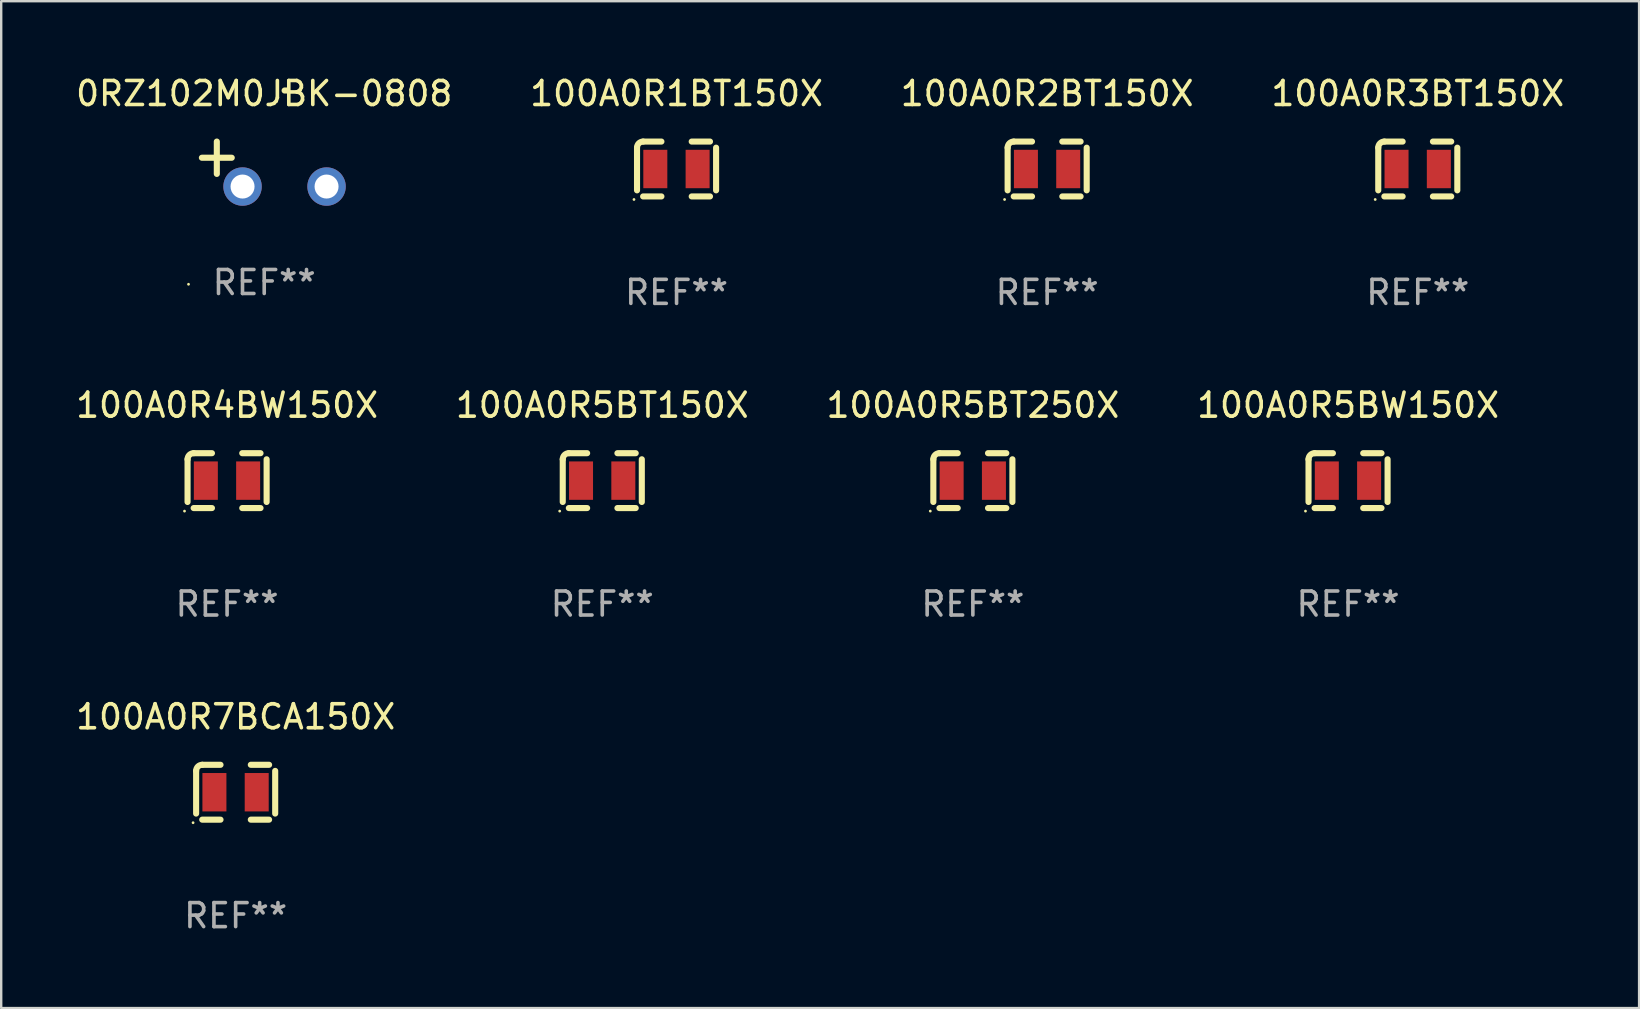
<source format=kicad_pcb>
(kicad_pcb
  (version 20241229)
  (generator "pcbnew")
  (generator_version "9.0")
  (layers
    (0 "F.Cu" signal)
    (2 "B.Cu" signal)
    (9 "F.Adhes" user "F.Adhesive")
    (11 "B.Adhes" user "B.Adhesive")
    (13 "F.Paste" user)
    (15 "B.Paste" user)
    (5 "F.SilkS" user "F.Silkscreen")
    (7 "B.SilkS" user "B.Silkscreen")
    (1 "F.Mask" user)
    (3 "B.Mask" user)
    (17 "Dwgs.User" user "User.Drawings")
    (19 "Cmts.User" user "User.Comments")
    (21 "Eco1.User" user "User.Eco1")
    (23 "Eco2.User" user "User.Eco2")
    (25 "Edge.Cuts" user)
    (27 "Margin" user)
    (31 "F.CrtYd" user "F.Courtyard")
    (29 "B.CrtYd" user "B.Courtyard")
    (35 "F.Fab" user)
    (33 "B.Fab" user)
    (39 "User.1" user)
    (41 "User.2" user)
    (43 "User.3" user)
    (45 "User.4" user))
  (footprint "100A0R5BW150X"
    (layer "F.Cu")
    (at 53.113 16.974)
    (property "Reference" "100A0R5BW150X" (at 0 -3.143 0) (layer "F.SilkS") (effects (font (size 1 1) (thickness 0.15))))
    (attr through_hole)
    (fp_line (start -1.647 -0.889) (end -1.647 0.889) (stroke (width 0.254) (type solid)) (layer "F.SilkS"))
    (fp_line (start -0.631 -1.143) (end -1.393 -1.143) (stroke (width 0.254) (type solid)) (layer "F.SilkS"))
    (fp_line (start -0.631 1.143) (end -1.393 1.143) (stroke (width 0.254) (type solid)) (layer "F.SilkS"))
    (fp_line (start 0.631 -1.143) (end 1.393 -1.143) (stroke (width 0.254) (type solid)) (layer "F.SilkS"))
    (fp_line (start 0.631 1.143) (end 1.393 1.143) (stroke (width 0.254) (type solid)) (layer "F.SilkS"))
    (fp_line (start 1.647 -0.889) (end 1.647 0.889) (stroke (width 0.254) (type solid)) (layer "F.SilkS"))
    (fp_arc (start -1.647002 -0.889002) (mid -1.572607 -1.068607) (end -1.393002 -1.143002) (stroke (width 0.254001) (type solid)) (layer "F.SilkS"))
    (fp_circle (center -1.774 1.27) (end -1.744 1.27) (stroke (width 0.06) (type solid)) (fill no) (layer "F.SilkS"))
    (fp_text user "REF**" (at 0 5.143 0) (layer "F.Fab") (effects (font (size 1 1) (thickness 0.15))))
    (pad "1" smd rect (at -0.885 0) (size 1 1.6) (layers "F.Cu" "F.Mask" "F.Paste"))
    (pad "2" smd rect (at 0.877 0) (size 1 1.6) (layers "F.Cu" "F.Mask" "F.Paste")))
  (footprint "100A0R7BCA150X"
    (layer "F.Cu")
    (at 6.768 29.956)
    (property "Reference" "100A0R7BCA150X" (at 0 -3.143 0) (layer "F.SilkS") (effects (font (size 1 1) (thickness 0.15))))
    (attr through_hole)
    (fp_line (start -1.647 -0.889) (end -1.647 0.889) (stroke (width 0.254) (type solid)) (layer "F.SilkS"))
    (fp_line (start -0.631 -1.143) (end -1.393 -1.143) (stroke (width 0.254) (type solid)) (layer "F.SilkS"))
    (fp_line (start -0.631 1.143) (end -1.393 1.143) (stroke (width 0.254) (type solid)) (layer "F.SilkS"))
    (fp_line (start 0.631 -1.143) (end 1.393 -1.143) (stroke (width 0.254) (type solid)) (layer "F.SilkS"))
    (fp_line (start 0.631 1.143) (end 1.393 1.143) (stroke (width 0.254) (type solid)) (layer "F.SilkS"))
    (fp_line (start 1.647 -0.889) (end 1.647 0.889) (stroke (width 0.254) (type solid)) (layer "F.SilkS"))
    (fp_arc (start -1.647002 -0.889002) (mid -1.572607 -1.068607) (end -1.393002 -1.143002) (stroke (width 0.254001) (type solid)) (layer "F.SilkS"))
    (fp_circle (center -1.774 1.27) (end -1.744 1.27) (stroke (width 0.06) (type solid)) (fill no) (layer "F.SilkS"))
    (fp_text user "REF**" (at 0 5.143 0) (layer "F.Fab") (effects (font (size 1 1) (thickness 0.15))))
    (pad "1" smd rect (at -0.885 0) (size 1 1.6) (layers "F.Cu" "F.Mask" "F.Paste"))
    (pad "2" smd rect (at 0.877 0) (size 1 1.6) (layers "F.Cu" "F.Mask" "F.Paste")))
  (footprint "100A0R1BT150X"
    (layer "F.Cu")
    (at 25.137 3.991)
    (property "Reference" "100A0R1BT150X" (at 0 -3.143 0) (layer "F.SilkS") (effects (font (size 1 1) (thickness 0.15))))
    (attr through_hole)
    (fp_line (start -1.647 -0.889) (end -1.647 0.889) (stroke (width 0.254) (type solid)) (layer "F.SilkS"))
    (fp_line (start -0.631 -1.143) (end -1.393 -1.143) (stroke (width 0.254) (type solid)) (layer "F.SilkS"))
    (fp_line (start -0.631 1.143) (end -1.393 1.143) (stroke (width 0.254) (type solid)) (layer "F.SilkS"))
    (fp_line (start 0.631 -1.143) (end 1.393 -1.143) (stroke (width 0.254) (type solid)) (layer "F.SilkS"))
    (fp_line (start 0.631 1.143) (end 1.393 1.143) (stroke (width 0.254) (type solid)) (layer "F.SilkS"))
    (fp_line (start 1.647 -0.889) (end 1.647 0.889) (stroke (width 0.254) (type solid)) (layer "F.SilkS"))
    (fp_arc (start -1.647002 -0.889002) (mid -1.572607 -1.068607) (end -1.393002 -1.143002) (stroke (width 0.254001) (type solid)) (layer "F.SilkS"))
    (fp_circle (center -1.774 1.27) (end -1.744 1.27) (stroke (width 0.06) (type solid)) (fill no) (layer "F.SilkS"))
    (fp_text user "REF**" (at 0 5.143 0) (layer "F.Fab") (effects (font (size 1 1) (thickness 0.15))))
    (pad "1" smd rect (at -0.885 0) (size 1 1.6) (layers "F.Cu" "F.Mask" "F.Paste"))
    (pad "2" smd rect (at 0.877 0) (size 1 1.6) (layers "F.Cu" "F.Mask" "F.Paste")))
  (footprint "100A0R5BT150X"
    (layer "F.Cu")
    (at 22.042 16.974)
    (property "Reference" "100A0R5BT150X" (at 0 -3.143 0) (layer "F.SilkS") (effects (font (size 1 1) (thickness 0.15))))
    (attr through_hole)
    (fp_line (start -1.647 -0.889) (end -1.647 0.889) (stroke (width 0.254) (type solid)) (layer "F.SilkS"))
    (fp_line (start -0.631 -1.143) (end -1.393 -1.143) (stroke (width 0.254) (type solid)) (layer "F.SilkS"))
    (fp_line (start -0.631 1.143) (end -1.393 1.143) (stroke (width 0.254) (type solid)) (layer "F.SilkS"))
    (fp_line (start 0.631 -1.143) (end 1.393 -1.143) (stroke (width 0.254) (type solid)) (layer "F.SilkS"))
    (fp_line (start 0.631 1.143) (end 1.393 1.143) (stroke (width 0.254) (type solid)) (layer "F.SilkS"))
    (fp_line (start 1.647 -0.889) (end 1.647 0.889) (stroke (width 0.254) (type solid)) (layer "F.SilkS"))
    (fp_arc (start -1.647002 -0.889002) (mid -1.572607 -1.068607) (end -1.393002 -1.143002) (stroke (width 0.254001) (type solid)) (layer "F.SilkS"))
    (fp_circle (center -1.774 1.27) (end -1.744 1.27) (stroke (width 0.06) (type solid)) (fill no) (layer "F.SilkS"))
    (fp_text user "REF**" (at 0 5.143 0) (layer "F.Fab") (effects (font (size 1 1) (thickness 0.15))))
    (pad "1" smd rect (at -0.885 0) (size 1 1.6) (layers "F.Cu" "F.Mask" "F.Paste"))
    (pad "2" smd rect (at 0.877 0) (size 1 1.6) (layers "F.Cu" "F.Mask" "F.Paste")))
  (footprint "100A0R4BW150X"
    (layer "F.Cu")
    (at 6.411 16.974)
    (property "Reference" "100A0R4BW150X" (at 0 -3.143 0) (layer "F.SilkS") (effects (font (size 1 1) (thickness 0.15))))
    (attr through_hole)
    (fp_line (start -1.647 -0.889) (end -1.647 0.889) (stroke (width 0.254) (type solid)) (layer "F.SilkS"))
    (fp_line (start -0.631 -1.143) (end -1.393 -1.143) (stroke (width 0.254) (type solid)) (layer "F.SilkS"))
    (fp_line (start -0.631 1.143) (end -1.393 1.143) (stroke (width 0.254) (type solid)) (layer "F.SilkS"))
    (fp_line (start 0.631 -1.143) (end 1.393 -1.143) (stroke (width 0.254) (type solid)) (layer "F.SilkS"))
    (fp_line (start 0.631 1.143) (end 1.393 1.143) (stroke (width 0.254) (type solid)) (layer "F.SilkS"))
    (fp_line (start 1.647 -0.889) (end 1.647 0.889) (stroke (width 0.254) (type solid)) (layer "F.SilkS"))
    (fp_arc (start -1.647002 -0.889002) (mid -1.572607 -1.068607) (end -1.393002 -1.143002) (stroke (width 0.254001) (type solid)) (layer "F.SilkS"))
    (fp_circle (center -1.774 1.27) (end -1.744 1.27) (stroke (width 0.06) (type solid)) (fill no) (layer "F.SilkS"))
    (fp_text user "REF**" (at 0 5.143 0) (layer "F.Fab") (effects (font (size 1 1) (thickness 0.15))))
    (pad "1" smd rect (at -0.885 0) (size 1 1.6) (layers "F.Cu" "F.Mask" "F.Paste"))
    (pad "2" smd rect (at 0.877 0) (size 1 1.6) (layers "F.Cu" "F.Mask" "F.Paste")))
  (footprint "100A0R2BT150X"
    (layer "F.Cu")
    (at 40.577 3.991)
    (property "Reference" "100A0R2BT150X" (at 0 -3.143 0) (layer "F.SilkS") (effects (font (size 1 1) (thickness 0.15))))
    (attr through_hole)
    (fp_line (start -1.647 -0.889) (end -1.647 0.889) (stroke (width 0.254) (type solid)) (layer "F.SilkS"))
    (fp_line (start -0.631 -1.143) (end -1.393 -1.143) (stroke (width 0.254) (type solid)) (layer "F.SilkS"))
    (fp_line (start -0.631 1.143) (end -1.393 1.143) (stroke (width 0.254) (type solid)) (layer "F.SilkS"))
    (fp_line (start 0.631 -1.143) (end 1.393 -1.143) (stroke (width 0.254) (type solid)) (layer "F.SilkS"))
    (fp_line (start 0.631 1.143) (end 1.393 1.143) (stroke (width 0.254) (type solid)) (layer "F.SilkS"))
    (fp_line (start 1.647 -0.889) (end 1.647 0.889) (stroke (width 0.254) (type solid)) (layer "F.SilkS"))
    (fp_arc (start -1.647002 -0.889002) (mid -1.572607 -1.068607) (end -1.393002 -1.143002) (stroke (width 0.254001) (type solid)) (layer "F.SilkS"))
    (fp_circle (center -1.774 1.27) (end -1.744 1.27) (stroke (width 0.06) (type solid)) (fill no) (layer "F.SilkS"))
    (fp_text user "REF**" (at 0 5.143 0) (layer "F.Fab") (effects (font (size 1 1) (thickness 0.15))))
    (pad "1" smd rect (at -0.885 0) (size 1 1.6) (layers "F.Cu" "F.Mask" "F.Paste"))
    (pad "2" smd rect (at 0.877 0) (size 1 1.6) (layers "F.Cu" "F.Mask" "F.Paste")))
  (footprint "100A0R5BT250X"
    (layer "F.Cu")
    (at 37.482 16.974)
    (property "Reference" "100A0R5BT250X" (at 0 -3.143 0) (layer "F.SilkS") (effects (font (size 1 1) (thickness 0.15))))
    (attr through_hole)
    (fp_line (start -1.647 -0.889) (end -1.647 0.889) (stroke (width 0.254) (type solid)) (layer "F.SilkS"))
    (fp_line (start -0.631 -1.143) (end -1.393 -1.143) (stroke (width 0.254) (type solid)) (layer "F.SilkS"))
    (fp_line (start -0.631 1.143) (end -1.393 1.143) (stroke (width 0.254) (type solid)) (layer "F.SilkS"))
    (fp_line (start 0.631 -1.143) (end 1.393 -1.143) (stroke (width 0.254) (type solid)) (layer "F.SilkS"))
    (fp_line (start 0.631 1.143) (end 1.393 1.143) (stroke (width 0.254) (type solid)) (layer "F.SilkS"))
    (fp_line (start 1.647 -0.889) (end 1.647 0.889) (stroke (width 0.254) (type solid)) (layer "F.SilkS"))
    (fp_arc (start -1.647002 -0.889002) (mid -1.572607 -1.068607) (end -1.393002 -1.143002) (stroke (width 0.254001) (type solid)) (layer "F.SilkS"))
    (fp_circle (center -1.774 1.27) (end -1.744 1.27) (stroke (width 0.06) (type solid)) (fill no) (layer "F.SilkS"))
    (fp_text user "REF**" (at 0 5.143 0) (layer "F.Fab") (effects (font (size 1 1) (thickness 0.15))))
    (pad "1" smd rect (at -0.885 0) (size 1 1.6) (layers "F.Cu" "F.Mask" "F.Paste"))
    (pad "2" smd rect (at 0.877 0) (size 1 1.6) (layers "F.Cu" "F.Mask" "F.Paste")))
  (footprint "0RZ102M0JBK-0808"
    (layer "F.Cu")
    (at 7.958 3.785)
    (property "Reference" "0RZ102M0JBK-0808" (at 0 -2.937 0) (layer "F.SilkS") (effects (font (size 1 1) (thickness 0.15))))
    (attr through_hole)
    (fp_line (start -1.975 0.41) (end -1.975 -0.937) (stroke (width 0.254) (type solid)) (layer "F.SilkS"))
    (fp_line (start -1.353 -0.263) (end -2.597 -0.263) (stroke (width 0.254) (type solid)) (layer "F.SilkS"))
    (fp_arc (start 0.849809 -3.063957) (mid 0.885369 -3.064114) (end 0.920929 -3.063957) (stroke (width 0.254001) (type solid)) (layer "F.SilkS"))
    (fp_circle (center -3.154 5.008) (end -3.124 5.008) (stroke (width 0.06) (type solid)) (fill no) (layer "F.SilkS"))
    (fp_text user "REF**" (at 0 4.937 0) (layer "F.Fab") (effects (font (size 1 1) (thickness 0.15))))
    (pad "1" thru_hole circle (at -0.903 0.937) (size 1.6 1.6) (drill 1) (layers "*.Cu" "*.Mask"))
    (pad "2" thru_hole circle (at 2.597 0.937) (size 1.6 1.6) (drill 1) (layers "*.Cu" "*.Mask")))
  (footprint "100A0R3BT150X"
    (layer "F.Cu")
    (at 56.018 3.991)
    (property "Reference" "100A0R3BT150X" (at 0 -3.143 0) (layer "F.SilkS") (effects (font (size 1 1) (thickness 0.15))))
    (attr through_hole)
    (fp_line (start -1.647 -0.889) (end -1.647 0.889) (stroke (width 0.254) (type solid)) (layer "F.SilkS"))
    (fp_line (start -0.631 -1.143) (end -1.393 -1.143) (stroke (width 0.254) (type solid)) (layer "F.SilkS"))
    (fp_line (start -0.631 1.143) (end -1.393 1.143) (stroke (width 0.254) (type solid)) (layer "F.SilkS"))
    (fp_line (start 0.631 -1.143) (end 1.393 -1.143) (stroke (width 0.254) (type solid)) (layer "F.SilkS"))
    (fp_line (start 0.631 1.143) (end 1.393 1.143) (stroke (width 0.254) (type solid)) (layer "F.SilkS"))
    (fp_line (start 1.647 -0.889) (end 1.647 0.889) (stroke (width 0.254) (type solid)) (layer "F.SilkS"))
    (fp_arc (start -1.647002 -0.889002) (mid -1.572607 -1.068607) (end -1.393002 -1.143002) (stroke (width 0.254001) (type solid)) (layer "F.SilkS"))
    (fp_circle (center -1.774 1.27) (end -1.744 1.27) (stroke (width 0.06) (type solid)) (fill no) (layer "F.SilkS"))
    (fp_text user "REF**" (at 0 5.143 0) (layer "F.Fab") (effects (font (size 1 1) (thickness 0.15))))
    (pad "1" smd rect (at -0.885 0) (size 1 1.6) (layers "F.Cu" "F.Mask" "F.Paste"))
    (pad "2" smd rect (at 0.877 0) (size 1 1.6) (layers "F.Cu" "F.Mask" "F.Paste")))
  (gr_rect
    (start -3 -3)
    (end 65.238 38.948)
    (stroke (width 0.1) (type default))
    (fill no)
    (layer "Edge.Cuts")))
</source>
